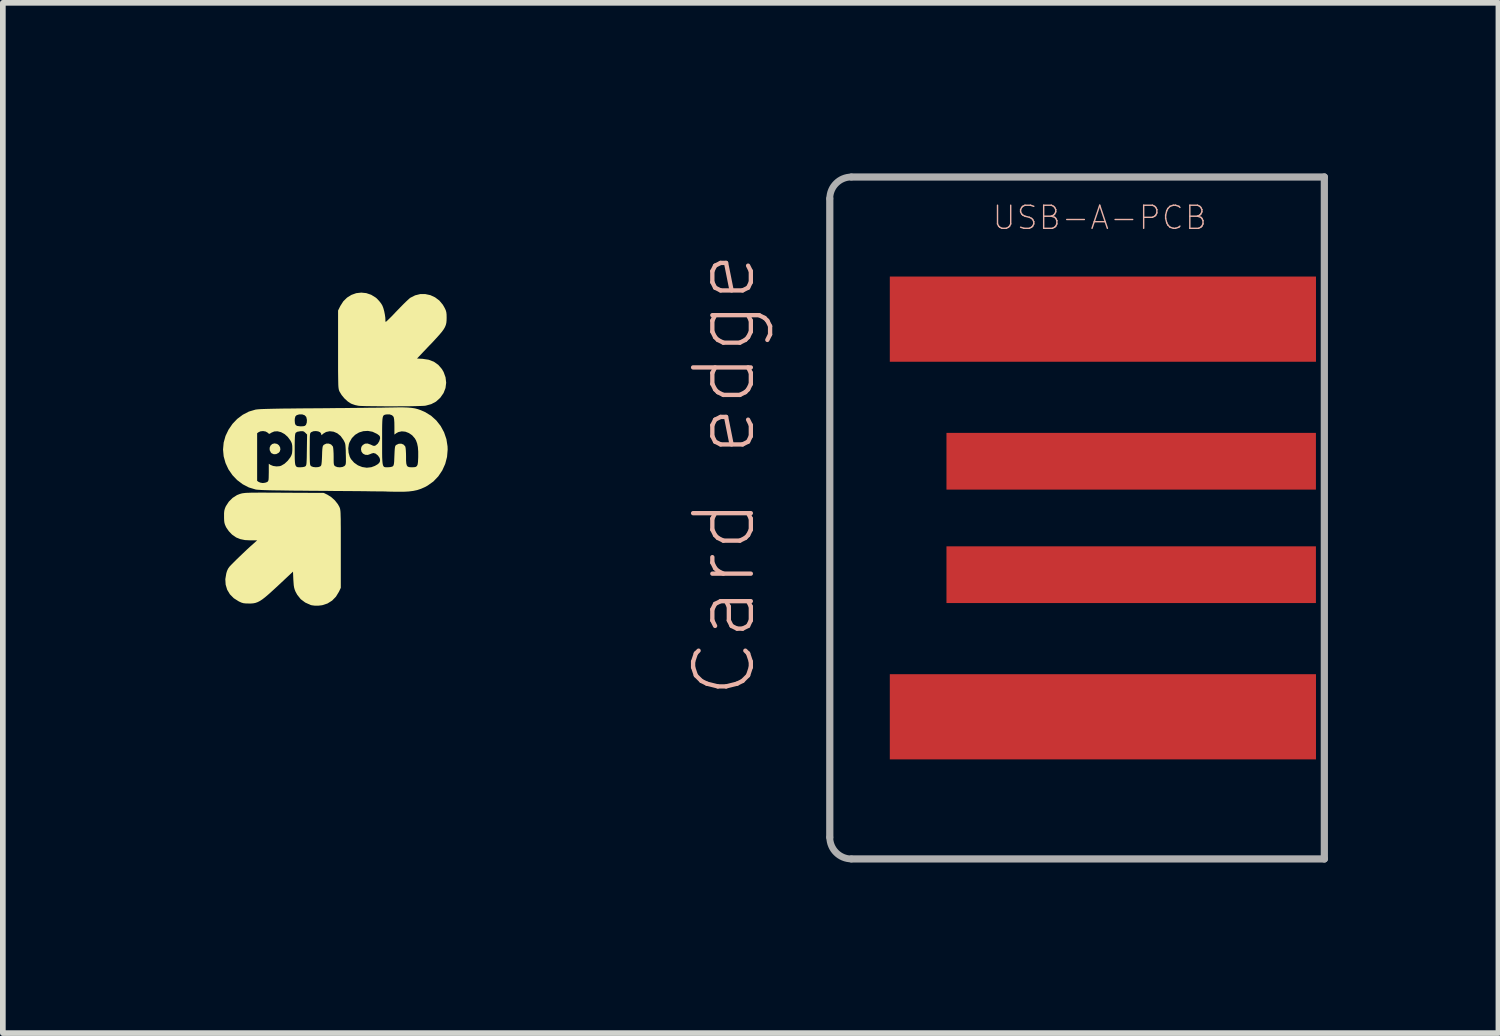
<source format=kicad_pcb>
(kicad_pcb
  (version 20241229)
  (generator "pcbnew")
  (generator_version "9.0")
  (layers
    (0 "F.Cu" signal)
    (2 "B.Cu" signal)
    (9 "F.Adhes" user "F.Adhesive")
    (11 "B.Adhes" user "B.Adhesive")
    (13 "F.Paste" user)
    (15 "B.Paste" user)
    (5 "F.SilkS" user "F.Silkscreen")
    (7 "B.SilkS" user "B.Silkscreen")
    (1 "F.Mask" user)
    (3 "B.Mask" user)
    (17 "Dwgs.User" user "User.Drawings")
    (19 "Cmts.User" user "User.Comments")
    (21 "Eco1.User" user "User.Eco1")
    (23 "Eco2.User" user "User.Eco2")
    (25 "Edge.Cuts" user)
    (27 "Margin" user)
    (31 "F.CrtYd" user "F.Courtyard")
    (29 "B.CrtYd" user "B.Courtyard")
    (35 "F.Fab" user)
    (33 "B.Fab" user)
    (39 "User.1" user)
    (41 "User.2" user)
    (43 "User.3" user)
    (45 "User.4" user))
  (footprint "Logo"
    (layer "F.Cu")
    (at 2.856 4.847)
    (property "Reference" "Logo" (at 0.127 -3.429 0) (layer "User.1") (effects (font (size 1.524 1.524) (thickness 0.3))))
    (attr board_only exclude_from_pos_files exclude_from_bom)
    (fp_poly (pts (xy -1.031 -0.087) (xy -0.998 -0.062) (xy -0.978 -0.027) (xy -0.973 0.012) (xy -0.985 0.049) (xy -1.005 0.071) (xy -1.048 0.093) (xy -1.091 0.094) (xy -1.129 0.077) (xy -1.141 0.064) (xy -1.161 0.023) (xy -1.162 -0.019) (xy -1.147 -0.057) (xy -1.118 -0.085) (xy -1.077 -0.096) (xy -1.074 -0.096)) (stroke (width 0) (type solid)) (fill yes) (layer "F.SilkS"))
    (fp_poly (pts (xy 0.538 -2.74) (xy 0.624 -2.711) (xy 0.705 -2.661) (xy 0.726 -2.643) (xy 0.767 -2.599) (xy 0.803 -2.552) (xy 0.822 -2.519) (xy 0.838 -2.478) (xy 0.853 -2.424) (xy 0.865 -2.365) (xy 0.873 -2.309) (xy 0.875 -2.266) (xy 0.874 -2.257) (xy 0.877 -2.238) (xy 0.882 -2.234) (xy 0.892 -2.242) (xy 0.917 -2.265) (xy 0.953 -2.3) (xy 0.999 -2.346) (xy 1.05 -2.4) (xy 1.077 -2.428) (xy 1.134 -2.487) (xy 1.188 -2.542) (xy 1.237 -2.59) (xy 1.278 -2.628) (xy 1.306 -2.653) (xy 1.313 -2.658) (xy 1.398 -2.701) (xy 1.487 -2.723) (xy 1.577 -2.723) (xy 1.666 -2.704) (xy 1.748 -2.666) (xy 1.823 -2.61) (xy 1.885 -2.536) (xy 1.917 -2.48) (xy 1.936 -2.44) (xy 1.946 -2.405) (xy 1.951 -2.364) (xy 1.952 -2.31) (xy 1.952 -2.307) (xy 1.951 -2.26) (xy 1.947 -2.218) (xy 1.938 -2.18) (xy 1.922 -2.141) (xy 1.898 -2.1) (xy 1.864 -2.054) (xy 1.818 -2) (xy 1.759 -1.935) (xy 1.686 -1.856) (xy 1.656 -1.826) (xy 1.431 -1.589) (xy 1.529 -1.584) (xy 1.635 -1.568) (xy 1.727 -1.533) (xy 1.805 -1.478) (xy 1.868 -1.405) (xy 1.899 -1.352) (xy 1.933 -1.258) (xy 1.944 -1.163) (xy 1.932 -1.07) (xy 1.898 -0.982) (xy 1.842 -0.902) (xy 1.838 -0.897) (xy 1.765 -0.831) (xy 1.682 -0.787) (xy 1.587 -0.761) (xy 1.568 -0.758) (xy 1.536 -0.756) (xy 1.484 -0.754) (xy 1.414 -0.752) (xy 1.329 -0.75) (xy 1.234 -0.749) (xy 1.131 -0.749) (xy 1.024 -0.748) (xy 0.915 -0.748) (xy 0.808 -0.749) (xy 0.707 -0.75) (xy 0.614 -0.751) (xy 0.532 -0.752) (xy 0.466 -0.754) (xy 0.418 -0.756) (xy 0.394 -0.759) (xy 0.343 -0.77) (xy 0.29 -0.788) (xy 0.268 -0.797) (xy 0.212 -0.834) (xy 0.155 -0.886) (xy 0.105 -0.946) (xy 0.069 -1.005) (xy 0.068 -1.007) (xy 0.063 -1.019) (xy 0.058 -1.032) (xy 0.054 -1.047) (xy 0.051 -1.066) (xy 0.048 -1.091) (xy 0.046 -1.125) (xy 0.045 -1.169) (xy 0.044 -1.224) (xy 0.043 -1.295) (xy 0.042 -1.381) (xy 0.042 -1.485) (xy 0.042 -1.61) (xy 0.042 -1.748) (xy 0.042 -2.434) (xy 0.081 -2.513) (xy 0.134 -2.596) (xy 0.2 -2.661) (xy 0.277 -2.709) (xy 0.361 -2.739) (xy 0.45 -2.749)) (stroke (width 0) (type solid)) (fill yes) (layer "F.SilkS"))
    (fp_poly (pts (xy -1.253 0.77) (xy -1.141 0.771) (xy -1.009 0.771) (xy -0.907 0.772) (xy -0.21 0.775) (xy -0.143 0.808) (xy -0.077 0.85) (xy -0.014 0.907) (xy 0.038 0.973) (xy 0.064 1.019) (xy 0.069 1.031) (xy 0.074 1.044) (xy 0.078 1.059) (xy 0.081 1.078) (xy 0.084 1.103) (xy 0.086 1.137) (xy 0.087 1.181) (xy 0.089 1.237) (xy 0.089 1.307) (xy 0.09 1.393) (xy 0.09 1.497) (xy 0.09 1.622) (xy 0.09 1.76) (xy 0.09 2.445) (xy 0.058 2.513) (xy 0.005 2.6) (xy -0.063 2.67) (xy -0.145 2.721) (xy -0.237 2.751) (xy -0.304 2.759) (xy -0.366 2.759) (xy -0.421 2.752) (xy -0.441 2.747) (xy -0.536 2.704) (xy -0.615 2.645) (xy -0.677 2.567) (xy -0.707 2.512) (xy -0.721 2.477) (xy -0.731 2.442) (xy -0.738 2.4) (xy -0.742 2.345) (xy -0.745 2.303) (xy -0.751 2.16) (xy -1.009 2.402) (xy -1.098 2.484) (xy -1.172 2.551) (xy -1.234 2.604) (xy -1.286 2.645) (xy -1.331 2.675) (xy -1.372 2.696) (xy -1.411 2.71) (xy -1.45 2.718) (xy -1.492 2.721) (xy -1.526 2.721) (xy -1.58 2.72) (xy -1.62 2.716) (xy -1.656 2.706) (xy -1.696 2.688) (xy -1.708 2.682) (xy -1.793 2.628) (xy -1.861 2.559) (xy -1.909 2.479) (xy -1.936 2.389) (xy -1.942 2.293) (xy -1.925 2.193) (xy -1.923 2.185) (xy -1.913 2.152) (xy -1.902 2.126) (xy -1.889 2.101) (xy -1.87 2.075) (xy -1.842 2.044) (xy -1.802 2.004) (xy -1.75 1.952) (xy -1.691 1.895) (xy -1.627 1.834) (xy -1.565 1.775) (xy -1.511 1.725) (xy -1.493 1.709) (xy -1.382 1.61) (xy -1.495 1.61) (xy -1.596 1.605) (xy -1.679 1.588) (xy -1.751 1.559) (xy -1.815 1.515) (xy -1.831 1.501) (xy -1.88 1.449) (xy -1.92 1.392) (xy -1.931 1.372) (xy -1.947 1.336) (xy -1.957 1.303) (xy -1.962 1.267) (xy -1.964 1.217) (xy -1.964 1.189) (xy -1.964 1.132) (xy -1.96 1.091) (xy -1.952 1.058) (xy -1.939 1.024) (xy -1.931 1.007) (xy -1.88 0.929) (xy -1.814 0.863) (xy -1.736 0.813) (xy -1.684 0.793) (xy -1.666 0.788) (xy -1.648 0.783) (xy -1.628 0.78) (xy -1.603 0.777) (xy -1.573 0.774) (xy -1.534 0.773) (xy -1.484 0.771) (xy -1.422 0.771) (xy -1.346 0.77)) (stroke (width 0) (type solid)) (fill yes) (layer "F.SilkS"))
    (fp_poly (pts (xy 1.188 -0.73) (xy 1.269 -0.727) (xy 1.336 -0.721) (xy 1.395 -0.712) (xy 1.447 -0.698) (xy 1.498 -0.68) (xy 1.551 -0.657) (xy 1.571 -0.648) (xy 1.678 -0.583) (xy 1.77 -0.5) (xy 1.847 -0.402) (xy 1.907 -0.291) (xy 1.948 -0.171) (xy 1.968 -0.044) (xy 1.97 0.012) (xy 1.959 0.142) (xy 1.927 0.265) (xy 1.875 0.38) (xy 1.805 0.484) (xy 1.719 0.574) (xy 1.618 0.646) (xy 1.571 0.672) (xy 1.503 0.702) (xy 1.435 0.725) (xy 1.364 0.74) (xy 1.284 0.75) (xy 1.19 0.755) (xy 1.088 0.755) (xy 1.021 0.754) (xy 0.964 0.753) (xy 0.92 0.752) (xy 0.893 0.751) (xy 0.886 0.75) (xy 0.874 0.75) (xy 0.839 0.749) (xy 0.784 0.748) (xy 0.71 0.748) (xy 0.619 0.747) (xy 0.512 0.745) (xy 0.39 0.744) (xy 0.257 0.743) (xy 0.113 0.742) (xy -0.039 0.741) (xy -0.199 0.739) (xy -0.222 0.739) (xy -0.421 0.738) (xy -0.596 0.736) (xy -0.75 0.735) (xy -0.885 0.733) (xy -1.001 0.731) (xy -1.099 0.73) (xy -1.182 0.728) (xy -1.25 0.726) (xy -1.305 0.724) (xy -1.348 0.721) (xy -1.38 0.719) (xy -1.404 0.716) (xy -1.412 0.714) (xy -1.528 0.679) (xy -1.636 0.623) (xy -1.715 0.563) (xy -1.382 0.563) (xy -1.355 0.582) (xy -1.326 0.594) (xy -1.287 0.601) (xy -1.28 0.601) (xy -1.241 0.596) (xy -1.209 0.585) (xy -1.204 0.582) (xy -1.193 0.573) (xy -1.186 0.561) (xy -1.181 0.541) (xy -1.179 0.51) (xy -1.178 0.462) (xy -1.177 0.412) (xy -1.177 0.262) (xy -1.147 0.282) (xy -1.1 0.301) (xy -1.043 0.309) (xy -0.987 0.305) (xy -0.96 0.297) (xy -0.9 0.262) (xy -0.844 0.21) (xy -0.797 0.148) (xy -0.796 0.146) (xy -0.778 0.111) (xy -0.768 0.078) (xy -0.764 0.037) (xy -0.763 0.01) (xy -0.721 0.01) (xy -0.721 0.105) (xy -0.72 0.179) (xy -0.717 0.234) (xy -0.712 0.273) (xy -0.703 0.298) (xy -0.69 0.314) (xy -0.671 0.322) (xy -0.647 0.324) (xy -0.619 0.324) (xy -0.578 0.321) (xy -0.544 0.313) (xy -0.534 0.307) (xy -0.526 0.3) (xy -0.521 0.29) (xy -0.516 0.273) (xy -0.513 0.246) (xy -0.511 0.206) (xy -0.509 0.15) (xy -0.508 0.076) (xy -0.507 0.019) (xy -0.507 0.006) (xy -0.457 0.006) (xy -0.457 0.095) (xy -0.456 0.163) (xy -0.455 0.214) (xy -0.453 0.249) (xy -0.45 0.273) (xy -0.446 0.288) (xy -0.44 0.297) (xy -0.432 0.304) (xy -0.43 0.306) (xy -0.397 0.319) (xy -0.352 0.324) (xy -0.308 0.321) (xy -0.273 0.31) (xy -0.27 0.307) (xy -0.26 0.298) (xy -0.253 0.284) (xy -0.249 0.26) (xy -0.245 0.223) (xy -0.242 0.169) (xy -0.24 0.12) (xy -0.238 0.053) (xy -0.235 0.005) (xy -0.231 -0.027) (xy -0.226 -0.048) (xy -0.218 -0.061) (xy -0.208 -0.072) (xy -0.206 -0.073) (xy -0.166 -0.092) (xy -0.122 -0.093) (xy -0.081 -0.077) (xy -0.052 -0.045) (xy -0.049 -0.04) (xy -0.044 -0.017) (xy -0.04 0.026) (xy -0.037 0.08) (xy -0.036 0.138) (xy -0.036 0.201) (xy -0.035 0.243) (xy -0.032 0.271) (xy -0.026 0.288) (xy -0.018 0.299) (xy -0.009 0.306) (xy 0.028 0.321) (xy 0.074 0.325) (xy 0.119 0.319) (xy 0.153 0.303) (xy 0.157 0.299) (xy 0.167 0.288) (xy 0.174 0.275) (xy 0.178 0.255) (xy 0.18 0.225) (xy 0.18 0.181) (xy 0.179 0.118) (xy 0.178 0.092) (xy 0.177 0.022) (xy 0.175 -0.01) (xy 0.221 -0.01) (xy 0.227 0.068) (xy 0.248 0.141) (xy 0.269 0.18) (xy 0.324 0.243) (xy 0.391 0.29) (xy 0.467 0.32) (xy 0.547 0.332) (xy 0.627 0.323) (xy 0.689 0.3) (xy 0.736 0.273) (xy 0.764 0.249) (xy 0.778 0.223) (xy 0.781 0.197) (xy 0.773 0.16) (xy 0.747 0.122) (xy 0.741 0.115) (xy 0.701 0.083) (xy 0.663 0.073) (xy 0.622 0.085) (xy 0.613 0.09) (xy 0.565 0.107) (xy 0.519 0.104) (xy 0.48 0.084) (xy 0.454 0.05) (xy 0.445 0.006) (xy 0.45 -0.023) (xy 0.817 -0.023) (xy 0.817 0.073) (xy 0.818 0.15) (xy 0.821 0.209) (xy 0.825 0.253) (xy 0.831 0.284) (xy 0.84 0.305) (xy 0.852 0.317) (xy 0.868 0.323) (xy 0.888 0.324) (xy 0.912 0.324) (xy 0.919 0.324) (xy 0.96 0.321) (xy 0.994 0.313) (xy 1.004 0.307) (xy 1.013 0.298) (xy 1.02 0.284) (xy 1.025 0.26) (xy 1.029 0.223) (xy 1.031 0.169) (xy 1.033 0.12) (xy 1.036 0.052) (xy 1.039 0.004) (xy 1.043 -0.028) (xy 1.048 -0.048) (xy 1.056 -0.061) (xy 1.063 -0.068) (xy 1.108 -0.089) (xy 1.153 -0.091) (xy 1.193 -0.076) (xy 1.222 -0.045) (xy 1.224 -0.041) (xy 1.23 -0.016) (xy 1.234 0.026) (xy 1.237 0.082) (xy 1.238 0.135) (xy 1.238 0.206) (xy 1.242 0.257) (xy 1.251 0.291) (xy 1.266 0.311) (xy 1.29 0.321) (xy 1.324 0.324) (xy 1.339 0.324) (xy 1.381 0.323) (xy 1.41 0.317) (xy 1.43 0.301) (xy 1.442 0.274) (xy 1.448 0.231) (xy 1.451 0.168) (xy 1.452 0.146) (xy 1.452 0.048) (xy 1.446 -0.031) (xy 1.433 -0.095) (xy 1.413 -0.149) (xy 1.392 -0.185) (xy 1.345 -0.239) (xy 1.288 -0.278) (xy 1.226 -0.302) (xy 1.163 -0.308) (xy 1.105 -0.296) (xy 1.072 -0.279) (xy 1.033 -0.251) (xy 1.033 -0.393) (xy 1.032 -0.464) (xy 1.028 -0.519) (xy 1.021 -0.556) (xy 1.018 -0.564) (xy 0.992 -0.591) (xy 0.95 -0.606) (xy 0.899 -0.606) (xy 0.892 -0.605) (xy 0.872 -0.602) (xy 0.857 -0.597) (xy 0.844 -0.589) (xy 0.835 -0.576) (xy 0.828 -0.555) (xy 0.823 -0.524) (xy 0.82 -0.48) (xy 0.818 -0.421) (xy 0.817 -0.345) (xy 0.817 -0.249) (xy 0.817 -0.141) (xy 0.817 -0.023) (xy 0.45 -0.023) (xy 0.453 -0.036) (xy 0.476 -0.067) (xy 0.516 -0.091) (xy 0.561 -0.094) (xy 0.615 -0.075) (xy 0.625 -0.07) (xy 0.658 -0.055) (xy 0.68 -0.052) (xy 0.701 -0.059) (xy 0.704 -0.061) (xy 0.74 -0.091) (xy 0.767 -0.135) (xy 0.781 -0.182) (xy 0.781 -0.191) (xy 0.778 -0.216) (xy 0.764 -0.236) (xy 0.735 -0.258) (xy 0.726 -0.264) (xy 0.648 -0.301) (xy 0.566 -0.316) (xy 0.486 -0.311) (xy 0.41 -0.288) (xy 0.342 -0.247) (xy 0.285 -0.189) (xy 0.244 -0.117) (xy 0.232 -0.084) (xy 0.221 -0.01) (xy 0.175 -0.01) (xy 0.174 -0.029) (xy 0.171 -0.066) (xy 0.166 -0.094) (xy 0.157 -0.117) (xy 0.145 -0.141) (xy 0.137 -0.156) (xy 0.087 -0.226) (xy 0.028 -0.274) (xy -0.037 -0.302) (xy -0.106 -0.31) (xy -0.169 -0.297) (xy -0.215 -0.27) (xy -0.25 -0.24) (xy -0.257 -0.269) (xy -0.274 -0.292) (xy -0.307 -0.307) (xy -0.348 -0.313) (xy -0.391 -0.31) (xy -0.428 -0.295) (xy -0.43 -0.294) (xy -0.438 -0.287) (xy -0.445 -0.279) (xy -0.45 -0.265) (xy -0.453 -0.244) (xy -0.455 -0.212) (xy -0.456 -0.165) (xy -0.456 -0.102) (xy -0.457 -0.018) (xy -0.457 0.006) (xy -0.507 0.006) (xy -0.503 -0.252) (xy -0.535 -0.284) (xy -0.557 -0.303) (xy -0.58 -0.311) (xy -0.613 -0.311) (xy -0.628 -0.309) (xy -0.677 -0.3) (xy -0.704 -0.282) (xy -0.705 -0.282) (xy -0.71 -0.268) (xy -0.715 -0.243) (xy -0.718 -0.203) (xy -0.72 -0.146) (xy -0.721 -0.071) (xy -0.721 0.01) (xy -0.763 0.01) (xy -0.763 0) (xy -0.764 -0.052) (xy -0.77 -0.089) (xy -0.782 -0.121) (xy -0.796 -0.146) (xy -0.843 -0.21) (xy -0.899 -0.26) (xy -0.96 -0.293) (xy -1.022 -0.309) (xy -1.081 -0.306) (xy -1.135 -0.283) (xy -1.14 -0.279) (xy -1.161 -0.265) (xy -1.176 -0.266) (xy -1.196 -0.284) (xy -1.197 -0.285) (xy -1.232 -0.305) (xy -1.278 -0.313) (xy -1.324 -0.308) (xy -1.355 -0.294) (xy -1.382 -0.275) (xy -1.382 0.563) (xy -1.715 0.563) (xy -1.733 0.55) (xy -1.817 0.462) (xy -1.887 0.36) (xy -1.938 0.25) (xy -1.971 0.132) (xy -1.982 0.012) (xy -1.971 -0.11) (xy -1.938 -0.228) (xy -1.885 -0.338) (xy -1.816 -0.439) (xy -1.759 -0.499) (xy -0.721 -0.499) (xy -0.717 -0.45) (xy -0.704 -0.419) (xy -0.677 -0.403) (xy -0.632 -0.397) (xy -0.613 -0.396) (xy -0.57 -0.398) (xy -0.545 -0.404) (xy -0.528 -0.417) (xy -0.523 -0.423) (xy -0.509 -0.461) (xy -0.506 -0.509) (xy -0.516 -0.555) (xy -0.52 -0.564) (xy -0.546 -0.591) (xy -0.588 -0.606) (xy -0.639 -0.606) (xy -0.646 -0.605) (xy -0.686 -0.593) (xy -0.709 -0.571) (xy -0.719 -0.533) (xy -0.721 -0.499) (xy -1.759 -0.499) (xy -1.732 -0.527) (xy -1.635 -0.6) (xy -1.527 -0.656) (xy -1.412 -0.69) (xy -1.391 -0.693) (xy -1.361 -0.696) (xy -1.32 -0.699) (xy -1.268 -0.701) (xy -1.202 -0.703) (xy -1.121 -0.705) (xy -1.025 -0.707) (xy -0.911 -0.709) (xy -0.777 -0.71) (xy -0.624 -0.712) (xy -0.449 -0.713) (xy -0.33 -0.714) (xy -0.169 -0.715) (xy -0.007 -0.717) (xy 0.151 -0.718) (xy 0.304 -0.72) (xy 0.449 -0.721) (xy 0.583 -0.723) (xy 0.704 -0.724) (xy 0.809 -0.725) (xy 0.896 -0.727) (xy 0.962 -0.728) (xy 0.973 -0.728) (xy 1.091 -0.73)) (stroke (width 0) (type solid)) (fill yes) (layer "F.SilkS")))
  (footprint "USB-A-PCB"
    (layer "F.Cu")
    (at 16.552 6.063)
    (property "Reference" "USB-A-PCB" (at -0.254 -5.283 0) (layer "B.SilkS") (effects (font (size 0.406 0.406) (thickness 0.025))))
    (attr smd)
    (fp_line (start -5.003 5.618) (end -5.003 -5.618) (stroke (width 0.127) (type solid)) (layer "F.Fab"))
    (fp_line (start -4.622 -5.999) (end 3.698 -5.999) (stroke (width 0.127) (type solid)) (layer "F.Fab"))
    (fp_line (start 3.698 -5.999) (end 3.698 5.999) (stroke (width 0.127) (type solid)) (layer "F.Fab"))
    (fp_line (start 3.698 5.999) (end -4.622 5.999) (stroke (width 0.127) (type solid)) (layer "F.Fab"))
    (fp_arc (start -5.003 -5.618) (mid -4.891408 -5.887408) (end -4.622 -5.999) (stroke (width 0.12) (type solid)) (layer "F.Fab"))
    (fp_arc (start -4.622 5.999) (mid -4.891408 5.887408) (end -5.003 5.618) (stroke (width 0.12) (type solid)) (layer "F.Fab"))
    (fp_text user "Card edge" (at -6.858 -0.762 90) (layer "B.SilkS") (effects (font (size 1.016 1.016) (thickness 0.076))))
    (pad "5V" smd rect (at -0.198 3.498) (size 7.498 1.499) (layers "F.Cu" "F.Mask" "F.Paste"))
    (pad "GND" smd rect (at -0.198 -3.498) (size 7.498 1.499) (layers "F.Cu" "F.Mask" "F.Paste"))
    (pad "USB_DC" smd rect (at 0.3 0.998) (size 6.5 0.998) (layers "F.Cu" "F.Mask" "F.Paste"))
    (pad "USB_DP" smd rect (at 0.3 -0.998) (size 6.5 0.998) (layers "F.Cu" "F.Mask" "F.Paste")))
  (gr_rect
    (start -3 -3)
    (end 23.313 15.126)
    (stroke (width 0.1) (type default))
    (fill no)
    (layer "Edge.Cuts")))
</source>
